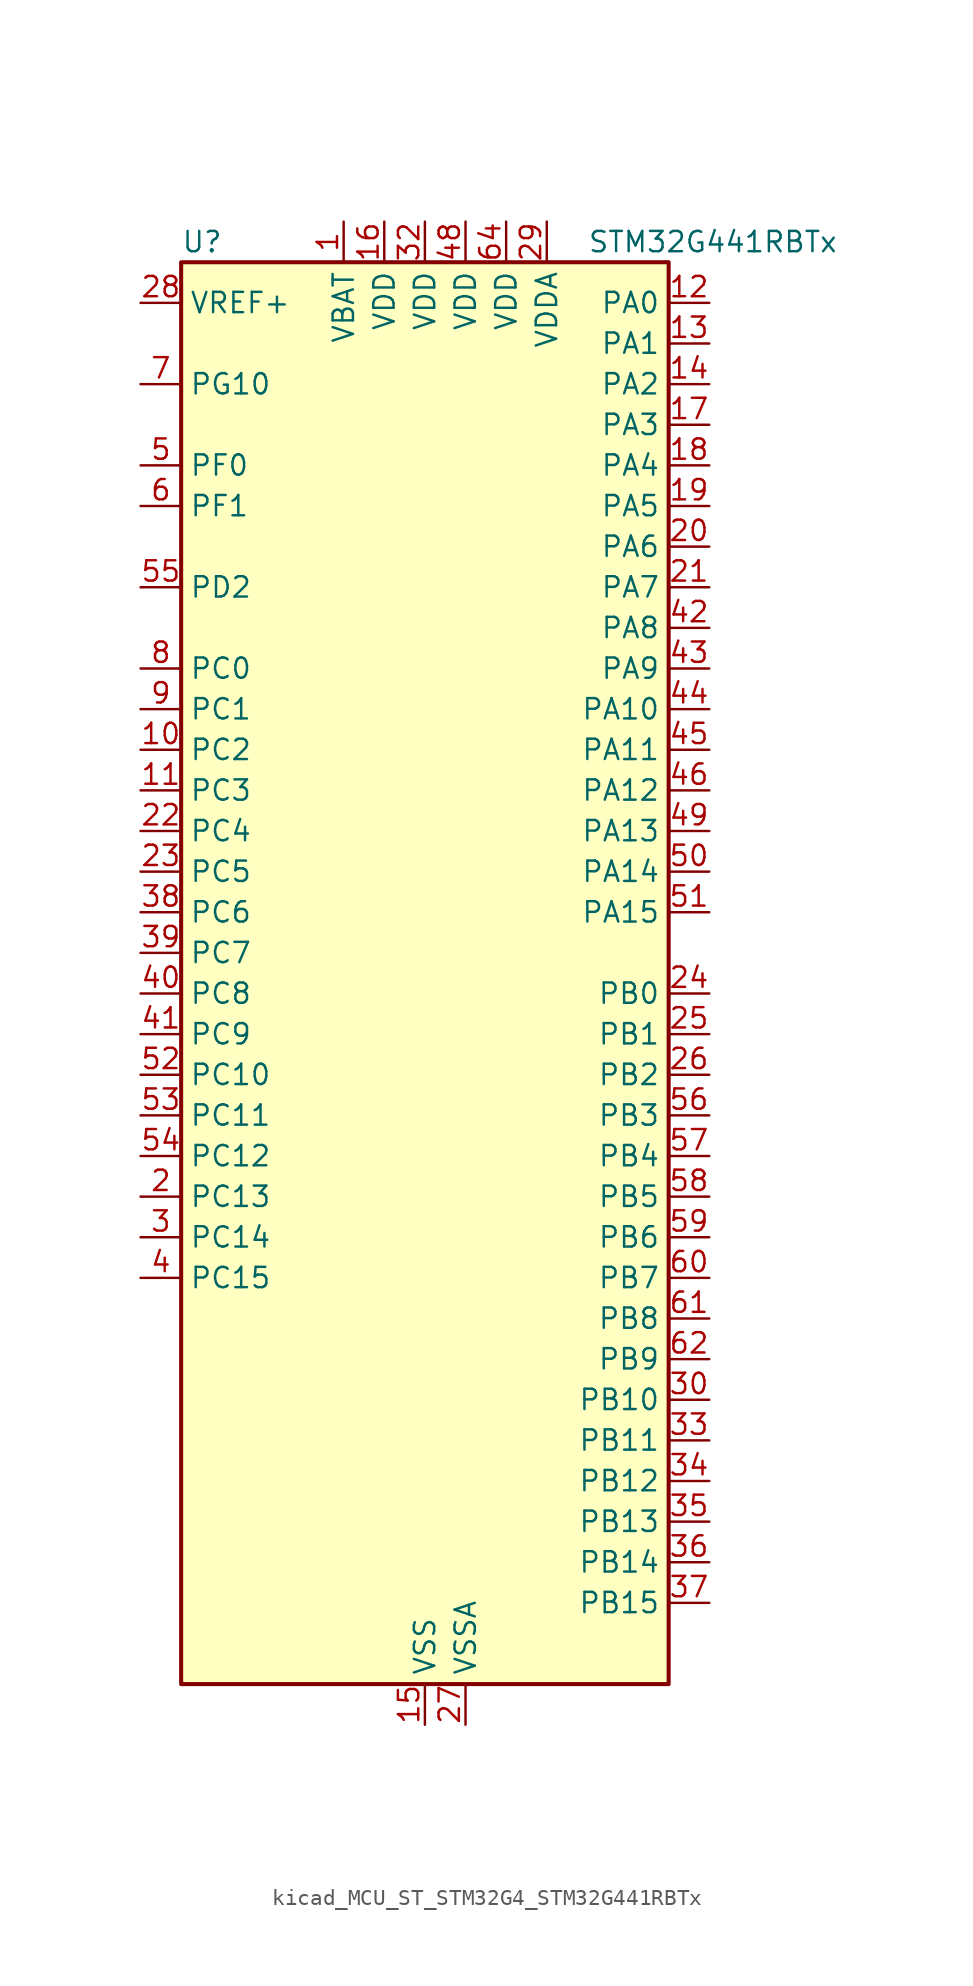
<source format=kicad_sym>
(kicad_symbol_lib
  (version 20220914)
  (generator kicad_symbol_editor)
  (symbol "kicad_MCU_ST_STM32G4_STM32G441RBTx"
    (property "Reference" "U"
      (at -15.24 46.99 0)
      (effects (font (size 1.27 1.27)) (justify left)))
    (property "Value" "STM32G441RBTx"
      (at 10.16 46.99 0)
      (effects (font (size 1.27 1.27)) (justify left)))
    (property "ki_locked" ""
      (at 0 0 0)
      (effects (font (size 1.27 1.27))))
    (symbol "kicad_MCU_ST_STM32G4_STM32G441RBTx_0_1"
      (rectangle (start -15.24 -43.18) (end 15.24 45.72) (stroke (width 0.254) (type default)) (fill (type background))))
    (symbol "kicad_MCU_ST_STM32G4_STM32G441RBTx_1_1"
      (pin power_in line (at -5.08 48.26 270) (length 2.54) (name "VBAT" (effects (font (size 1.27 1.27)))) (number "1" (effects (font (size 1.27 1.27)))))
      (pin bidirectional line (at -17.78 15.24 0) (length 2.54) (name "PC2" (effects (font (size 1.27 1.27)))) (number "10" (effects (font (size 1.27 1.27)))) (alternate "ADC1_IN8" bidirectional line) (alternate "ADC2_IN8" bidirectional line) (alternate "COMP3_OUT" bidirectional line) (alternate "LPTIM1_IN2" bidirectional line) (alternate "TIM1_CH3" bidirectional line))
      (pin bidirectional line (at -17.78 12.7 0) (length 2.54) (name "PC3" (effects (font (size 1.27 1.27)))) (number "11" (effects (font (size 1.27 1.27)))) (alternate "ADC1_IN9" bidirectional line) (alternate "ADC2_IN9" bidirectional line) (alternate "LPTIM1_ETR" bidirectional line) (alternate "SAI1_D1" bidirectional line) (alternate "SAI1_SD_A" bidirectional line) (alternate "TIM1_BKIN2" bidirectional line) (alternate "TIM1_CH4" bidirectional line))
      (pin bidirectional line (at 17.78 43.18 180) (length 2.54) (name "PA0" (effects (font (size 1.27 1.27)))) (number "12" (effects (font (size 1.27 1.27)))) (alternate "ADC1_IN1" bidirectional line) (alternate "ADC2_IN1" bidirectional line) (alternate "COMP1_INM" bidirectional line) (alternate "COMP1_OUT" bidirectional line) (alternate "COMP3_INP" bidirectional line) (alternate "RTC_TAMP2" bidirectional line) (alternate "SYS_WKUP1" bidirectional line) (alternate "TIM2_CH1" bidirectional line) (alternate "TIM2_ETR" bidirectional line) (alternate "TIM8_BKIN" bidirectional line) (alternate "TIM8_ETR" bidirectional line) (alternate "USART2_CTS" bidirectional line) (alternate "USART2_NSS" bidirectional line))
      (pin bidirectional line (at 17.78 40.64 180) (length 2.54) (name "PA1" (effects (font (size 1.27 1.27)))) (number "13" (effects (font (size 1.27 1.27)))) (alternate "ADC1_IN2" bidirectional line) (alternate "ADC2_IN2" bidirectional line) (alternate "COMP1_INP" bidirectional line) (alternate "OPAMP1_VINP" bidirectional line) (alternate "OPAMP1_VINP_SEC" bidirectional line) (alternate "OPAMP3_VINP" bidirectional line) (alternate "OPAMP3_VINP_SEC" bidirectional line) (alternate "RTC_REFIN" bidirectional line) (alternate "TIM15_CH1N" bidirectional line) (alternate "TIM2_CH2" bidirectional line) (alternate "USART2_DE" bidirectional line) (alternate "USART2_RTS" bidirectional line))
      (pin bidirectional line (at 17.78 38.1 180) (length 2.54) (name "PA2" (effects (font (size 1.27 1.27)))) (number "14" (effects (font (size 1.27 1.27)))) (alternate "ADC1_IN3" bidirectional line) (alternate "COMP2_INM" bidirectional line) (alternate "COMP2_OUT" bidirectional line) (alternate "LPUART1_TX" bidirectional line) (alternate "OPAMP1_VOUT" bidirectional line) (alternate "RCC_LSCO" bidirectional line) (alternate "SYS_WKUP4" bidirectional line) (alternate "TIM15_CH1" bidirectional line) (alternate "TIM2_CH3" bidirectional line) (alternate "UCPD1_FRSTX1" bidirectional line) (alternate "UCPD1_FRSTX2" bidirectional line) (alternate "USART2_TX" bidirectional line))
      (pin power_in line (at 0 -45.72 90) (length 2.54) (name "VSS" (effects (font (size 1.27 1.27)))) (number "15" (effects (font (size 1.27 1.27)))))
      (pin power_in line (at -2.54 48.26 270) (length 2.54) (name "VDD" (effects (font (size 1.27 1.27)))) (number "16" (effects (font (size 1.27 1.27)))))
      (pin bidirectional line (at 17.78 35.56 180) (length 2.54) (name "PA3" (effects (font (size 1.27 1.27)))) (number "17" (effects (font (size 1.27 1.27)))) (alternate "ADC1_IN4" bidirectional line) (alternate "COMP2_INP" bidirectional line) (alternate "LPUART1_RX" bidirectional line) (alternate "OPAMP1_VINM" bidirectional line) (alternate "OPAMP1_VINM0" bidirectional line) (alternate "OPAMP1_VINM_SEC" bidirectional line) (alternate "OPAMP1_VINP" bidirectional line) (alternate "OPAMP1_VINP_SEC" bidirectional line) (alternate "SAI1_CK1" bidirectional line) (alternate "SAI1_MCLK_A" bidirectional line) (alternate "TIM15_CH2" bidirectional line) (alternate "TIM2_CH4" bidirectional line) (alternate "USART2_RX" bidirectional line))
      (pin bidirectional line (at 17.78 33.02 180) (length 2.54) (name "PA4" (effects (font (size 1.27 1.27)))) (number "18" (effects (font (size 1.27 1.27)))) (alternate "ADC2_IN17" bidirectional line) (alternate "COMP1_INM" bidirectional line) (alternate "DAC1_OUT1" bidirectional line) (alternate "I2S3_WS" bidirectional line) (alternate "SAI1_FS_B" bidirectional line) (alternate "SPI1_NSS" bidirectional line) (alternate "SPI3_NSS" bidirectional line) (alternate "TIM3_CH2" bidirectional line) (alternate "USART2_CK" bidirectional line))
      (pin bidirectional line (at 17.78 30.48 180) (length 2.54) (name "PA5" (effects (font (size 1.27 1.27)))) (number "19" (effects (font (size 1.27 1.27)))) (alternate "ADC2_IN13" bidirectional line) (alternate "COMP2_INM" bidirectional line) (alternate "DAC1_OUT2" bidirectional line) (alternate "OPAMP2_VINM" bidirectional line) (alternate "OPAMP2_VINM0" bidirectional line) (alternate "OPAMP2_VINM_SEC" bidirectional line) (alternate "SPI1_SCK" bidirectional line) (alternate "TIM2_CH1" bidirectional line) (alternate "TIM2_ETR" bidirectional line) (alternate "UCPD1_FRSTX1" bidirectional line) (alternate "UCPD1_FRSTX2" bidirectional line))
      (pin bidirectional line (at -17.78 -12.7 0) (length 2.54) (name "PC13" (effects (font (size 1.27 1.27)))) (number "2" (effects (font (size 1.27 1.27)))) (alternate "RTC_OUT1" bidirectional line) (alternate "RTC_TAMP1" bidirectional line) (alternate "RTC_TS" bidirectional line) (alternate "SYS_WKUP2" bidirectional line) (alternate "TIM1_BKIN" bidirectional line) (alternate "TIM1_CH1N" bidirectional line) (alternate "TIM8_CH4N" bidirectional line))
      (pin bidirectional line (at 17.78 27.94 180) (length 2.54) (name "PA6" (effects (font (size 1.27 1.27)))) (number "20" (effects (font (size 1.27 1.27)))) (alternate "ADC2_IN3" bidirectional line) (alternate "COMP1_OUT" bidirectional line) (alternate "LPUART1_CTS" bidirectional line) (alternate "OPAMP2_VOUT" bidirectional line) (alternate "SPI1_MISO" bidirectional line) (alternate "TIM16_CH1" bidirectional line) (alternate "TIM1_BKIN" bidirectional line) (alternate "TIM3_CH1" bidirectional line) (alternate "TIM8_BKIN" bidirectional line))
      (pin bidirectional line (at 17.78 25.4 180) (length 2.54) (name "PA7" (effects (font (size 1.27 1.27)))) (number "21" (effects (font (size 1.27 1.27)))) (alternate "ADC2_IN4" bidirectional line) (alternate "COMP2_INP" bidirectional line) (alternate "COMP2_OUT" bidirectional line) (alternate "OPAMP1_VINP" bidirectional line) (alternate "OPAMP1_VINP_SEC" bidirectional line) (alternate "OPAMP2_VINP" bidirectional line) (alternate "OPAMP2_VINP_SEC" bidirectional line) (alternate "SPI1_MOSI" bidirectional line) (alternate "TIM17_CH1" bidirectional line) (alternate "TIM1_CH1N" bidirectional line) (alternate "TIM3_CH2" bidirectional line) (alternate "TIM8_CH1N" bidirectional line) (alternate "UCPD1_FRSTX1" bidirectional line) (alternate "UCPD1_FRSTX2" bidirectional line))
      (pin bidirectional line (at -17.78 10.16 0) (length 2.54) (name "PC4" (effects (font (size 1.27 1.27)))) (number "22" (effects (font (size 1.27 1.27)))) (alternate "ADC2_IN5" bidirectional line) (alternate "I2C2_SCL" bidirectional line) (alternate "TIM1_ETR" bidirectional line) (alternate "USART1_TX" bidirectional line))
      (pin bidirectional line (at -17.78 7.62 0) (length 2.54) (name "PC5" (effects (font (size 1.27 1.27)))) (number "23" (effects (font (size 1.27 1.27)))) (alternate "ADC2_IN11" bidirectional line) (alternate "OPAMP1_VINM" bidirectional line) (alternate "OPAMP1_VINM1" bidirectional line) (alternate "OPAMP1_VINM_SEC" bidirectional line) (alternate "OPAMP2_VINM" bidirectional line) (alternate "OPAMP2_VINM1" bidirectional line) (alternate "OPAMP2_VINM_SEC" bidirectional line) (alternate "SAI1_D3" bidirectional line) (alternate "SYS_WKUP5" bidirectional line) (alternate "TIM15_BKIN" bidirectional line) (alternate "TIM1_CH4N" bidirectional line) (alternate "USART1_RX" bidirectional line))
      (pin bidirectional line (at 17.78 0 180) (length 2.54) (name "PB0" (effects (font (size 1.27 1.27)))) (number "24" (effects (font (size 1.27 1.27)))) (alternate "ADC1_IN15" bidirectional line) (alternate "COMP4_INP" bidirectional line) (alternate "OPAMP2_VINP" bidirectional line) (alternate "OPAMP2_VINP_SEC" bidirectional line) (alternate "OPAMP3_VINP" bidirectional line) (alternate "OPAMP3_VINP_SEC" bidirectional line) (alternate "TIM1_CH2N" bidirectional line) (alternate "TIM3_CH3" bidirectional line) (alternate "TIM8_CH2N" bidirectional line) (alternate "UCPD1_FRSTX1" bidirectional line) (alternate "UCPD1_FRSTX2" bidirectional line))
      (pin bidirectional line (at 17.78 -2.54 180) (length 2.54) (name "PB1" (effects (font (size 1.27 1.27)))) (number "25" (effects (font (size 1.27 1.27)))) (alternate "ADC1_IN12" bidirectional line) (alternate "COMP1_INP" bidirectional line) (alternate "COMP4_OUT" bidirectional line) (alternate "LPUART1_DE" bidirectional line) (alternate "LPUART1_RTS" bidirectional line) (alternate "OPAMP3_VOUT" bidirectional line) (alternate "TIM1_CH3N" bidirectional line) (alternate "TIM3_CH4" bidirectional line) (alternate "TIM8_CH3N" bidirectional line))
      (pin bidirectional line (at 17.78 -5.08 180) (length 2.54) (name "PB2" (effects (font (size 1.27 1.27)))) (number "26" (effects (font (size 1.27 1.27)))) (alternate "ADC2_IN12" bidirectional line) (alternate "COMP4_INM" bidirectional line) (alternate "I2C3_SMBA" bidirectional line) (alternate "LPTIM1_OUT" bidirectional line) (alternate "OPAMP3_VINM" bidirectional line) (alternate "OPAMP3_VINM0" bidirectional line) (alternate "OPAMP3_VINM_SEC" bidirectional line) (alternate "RTC_OUT2" bidirectional line))
      (pin power_in line (at 2.54 -45.72 90) (length 2.54) (name "VSSA" (effects (font (size 1.27 1.27)))) (number "27" (effects (font (size 1.27 1.27)))))
      (pin input line (at -17.78 43.18 0) (length 2.54) (name "VREF+" (effects (font (size 1.27 1.27)))) (number "28" (effects (font (size 1.27 1.27)))) (alternate "VREFBUF_OUT" bidirectional line))
      (pin power_in line (at 7.62 48.26 270) (length 2.54) (name "VDDA" (effects (font (size 1.27 1.27)))) (number "29" (effects (font (size 1.27 1.27)))))
      (pin bidirectional line (at -17.78 -15.24 0) (length 2.54) (name "PC14" (effects (font (size 1.27 1.27)))) (number "3" (effects (font (size 1.27 1.27)))) (alternate "RCC_OSC32_IN" bidirectional line))
      (pin bidirectional line (at 17.78 -25.4 180) (length 2.54) (name "PB10" (effects (font (size 1.27 1.27)))) (number "30" (effects (font (size 1.27 1.27)))) (alternate "DAC1_EXTI10" bidirectional line) (alternate "DAC3_EXTI10" bidirectional line) (alternate "LPUART1_RX" bidirectional line) (alternate "OPAMP3_VINM" bidirectional line) (alternate "OPAMP3_VINM1" bidirectional line) (alternate "OPAMP3_VINM_SEC" bidirectional line) (alternate "SAI1_SCK_A" bidirectional line) (alternate "TIM1_BKIN" bidirectional line) (alternate "TIM2_CH3" bidirectional line) (alternate "USART3_TX" bidirectional line))
      (pin passive line (at 0 -45.72 90) (length 2.54) hide (name "VSS" (effects (font (size 1.27 1.27)))) (number "31" (effects (font (size 1.27 1.27)))))
      (pin power_in line (at 0 48.26 270) (length 2.54) (name "VDD" (effects (font (size 1.27 1.27)))) (number "32" (effects (font (size 1.27 1.27)))))
      (pin bidirectional line (at 17.78 -27.94 180) (length 2.54) (name "PB11" (effects (font (size 1.27 1.27)))) (number "33" (effects (font (size 1.27 1.27)))) (alternate "ADC1_EXTI11" bidirectional line) (alternate "ADC1_IN14" bidirectional line) (alternate "ADC2_EXTI11" bidirectional line) (alternate "ADC2_IN14" bidirectional line) (alternate "LPUART1_TX" bidirectional line) (alternate "TIM2_CH4" bidirectional line) (alternate "USART3_RX" bidirectional line))
      (pin bidirectional line (at 17.78 -30.48 180) (length 2.54) (name "PB12" (effects (font (size 1.27 1.27)))) (number "34" (effects (font (size 1.27 1.27)))) (alternate "ADC1_IN11" bidirectional line) (alternate "I2C2_SMBA" bidirectional line) (alternate "I2S2_WS" bidirectional line) (alternate "LPUART1_DE" bidirectional line) (alternate "LPUART1_RTS" bidirectional line) (alternate "SPI2_NSS" bidirectional line) (alternate "TIM1_BKIN" bidirectional line) (alternate "USART3_CK" bidirectional line))
      (pin bidirectional line (at 17.78 -33.02 180) (length 2.54) (name "PB13" (effects (font (size 1.27 1.27)))) (number "35" (effects (font (size 1.27 1.27)))) (alternate "I2S2_CK" bidirectional line) (alternate "LPUART1_CTS" bidirectional line) (alternate "OPAMP3_VINP" bidirectional line) (alternate "OPAMP3_VINP_SEC" bidirectional line) (alternate "SPI2_SCK" bidirectional line) (alternate "TIM1_CH1N" bidirectional line) (alternate "USART3_CTS" bidirectional line) (alternate "USART3_NSS" bidirectional line))
      (pin bidirectional line (at 17.78 -35.56 180) (length 2.54) (name "PB14" (effects (font (size 1.27 1.27)))) (number "36" (effects (font (size 1.27 1.27)))) (alternate "ADC1_IN5" bidirectional line) (alternate "COMP4_OUT" bidirectional line) (alternate "OPAMP2_VINP" bidirectional line) (alternate "OPAMP2_VINP_SEC" bidirectional line) (alternate "SPI2_MISO" bidirectional line) (alternate "TIM15_CH1" bidirectional line) (alternate "TIM1_CH2N" bidirectional line) (alternate "USART3_DE" bidirectional line) (alternate "USART3_RTS" bidirectional line))
      (pin bidirectional line (at 17.78 -38.1 180) (length 2.54) (name "PB15" (effects (font (size 1.27 1.27)))) (number "37" (effects (font (size 1.27 1.27)))) (alternate "ADC1_EXTI15" bidirectional line) (alternate "ADC2_EXTI15" bidirectional line) (alternate "ADC2_IN15" bidirectional line) (alternate "COMP3_OUT" bidirectional line) (alternate "I2S2_SD" bidirectional line) (alternate "RTC_REFIN" bidirectional line) (alternate "SPI2_MOSI" bidirectional line) (alternate "TIM15_CH1N" bidirectional line) (alternate "TIM15_CH2" bidirectional line) (alternate "TIM1_CH3N" bidirectional line))
      (pin bidirectional line (at -17.78 5.08 0) (length 2.54) (name "PC6" (effects (font (size 1.27 1.27)))) (number "38" (effects (font (size 1.27 1.27)))) (alternate "I2S2_MCK" bidirectional line) (alternate "TIM3_CH1" bidirectional line) (alternate "TIM8_CH1" bidirectional line))
      (pin bidirectional line (at -17.78 2.54 0) (length 2.54) (name "PC7" (effects (font (size 1.27 1.27)))) (number "39" (effects (font (size 1.27 1.27)))) (alternate "I2S3_MCK" bidirectional line) (alternate "TIM3_CH2" bidirectional line) (alternate "TIM8_CH2" bidirectional line))
      (pin bidirectional line (at -17.78 -17.78 0) (length 2.54) (name "PC15" (effects (font (size 1.27 1.27)))) (number "4" (effects (font (size 1.27 1.27)))) (alternate "ADC1_EXTI15" bidirectional line) (alternate "ADC2_EXTI15" bidirectional line) (alternate "RCC_OSC32_OUT" bidirectional line))
      (pin bidirectional line (at -17.78 0 0) (length 2.54) (name "PC8" (effects (font (size 1.27 1.27)))) (number "40" (effects (font (size 1.27 1.27)))) (alternate "I2C3_SCL" bidirectional line) (alternate "TIM3_CH3" bidirectional line) (alternate "TIM8_CH3" bidirectional line))
      (pin bidirectional line (at -17.78 -2.54 0) (length 2.54) (name "PC9" (effects (font (size 1.27 1.27)))) (number "41" (effects (font (size 1.27 1.27)))) (alternate "DAC1_EXTI9" bidirectional line) (alternate "DAC3_EXTI9" bidirectional line) (alternate "I2C3_SDA" bidirectional line) (alternate "I2S_CKIN" bidirectional line) (alternate "TIM3_CH4" bidirectional line) (alternate "TIM8_BKIN2" bidirectional line) (alternate "TIM8_CH4" bidirectional line))
      (pin bidirectional line (at 17.78 22.86 180) (length 2.54) (name "PA8" (effects (font (size 1.27 1.27)))) (number "42" (effects (font (size 1.27 1.27)))) (alternate "I2C2_SDA" bidirectional line) (alternate "I2C3_SCL" bidirectional line) (alternate "I2S2_MCK" bidirectional line) (alternate "RCC_MCO" bidirectional line) (alternate "SAI1_CK2" bidirectional line) (alternate "SAI1_SCK_A" bidirectional line) (alternate "TIM1_CH1" bidirectional line) (alternate "TIM4_ETR" bidirectional line) (alternate "USART1_CK" bidirectional line))
      (pin bidirectional line (at 17.78 20.32 180) (length 2.54) (name "PA9" (effects (font (size 1.27 1.27)))) (number "43" (effects (font (size 1.27 1.27)))) (alternate "DAC1_EXTI9" bidirectional line) (alternate "DAC3_EXTI9" bidirectional line) (alternate "I2C2_SCL" bidirectional line) (alternate "I2C3_SMBA" bidirectional line) (alternate "I2S3_MCK" bidirectional line) (alternate "SAI1_FS_A" bidirectional line) (alternate "TIM15_BKIN" bidirectional line) (alternate "TIM1_CH2" bidirectional line) (alternate "TIM2_CH3" bidirectional line) (alternate "UCPD1_DBCC1" bidirectional line) (alternate "USART1_TX" bidirectional line))
      (pin bidirectional line (at 17.78 17.78 180) (length 2.54) (name "PA10" (effects (font (size 1.27 1.27)))) (number "44" (effects (font (size 1.27 1.27)))) (alternate "CRS_SYNC" bidirectional line) (alternate "DAC1_EXTI10" bidirectional line) (alternate "DAC3_EXTI10" bidirectional line) (alternate "I2C2_SMBA" bidirectional line) (alternate "SAI1_D1" bidirectional line) (alternate "SAI1_SD_A" bidirectional line) (alternate "SPI2_MISO" bidirectional line) (alternate "TIM17_BKIN" bidirectional line) (alternate "TIM1_CH3" bidirectional line) (alternate "TIM2_CH4" bidirectional line) (alternate "TIM8_BKIN" bidirectional line) (alternate "UCPD1_DBCC2" bidirectional line) (alternate "USART1_RX" bidirectional line))
      (pin bidirectional line (at 17.78 15.24 180) (length 2.54) (name "PA11" (effects (font (size 1.27 1.27)))) (number "45" (effects (font (size 1.27 1.27)))) (alternate "ADC1_EXTI11" bidirectional line) (alternate "ADC2_EXTI11" bidirectional line) (alternate "COMP1_OUT" bidirectional line) (alternate "FDCAN1_RX" bidirectional line) (alternate "I2S2_SD" bidirectional line) (alternate "SPI2_MOSI" bidirectional line) (alternate "TIM1_BKIN2" bidirectional line) (alternate "TIM1_CH1N" bidirectional line) (alternate "TIM1_CH4" bidirectional line) (alternate "TIM4_CH1" bidirectional line) (alternate "USART1_CTS" bidirectional line) (alternate "USART1_NSS" bidirectional line) (alternate "USB_DM" bidirectional line))
      (pin bidirectional line (at 17.78 12.7 180) (length 2.54) (name "PA12" (effects (font (size 1.27 1.27)))) (number "46" (effects (font (size 1.27 1.27)))) (alternate "COMP2_OUT" bidirectional line) (alternate "FDCAN1_TX" bidirectional line) (alternate "I2S_CKIN" bidirectional line) (alternate "TIM16_CH1" bidirectional line) (alternate "TIM1_CH2N" bidirectional line) (alternate "TIM1_ETR" bidirectional line) (alternate "TIM4_CH2" bidirectional line) (alternate "USART1_DE" bidirectional line) (alternate "USART1_RTS" bidirectional line) (alternate "USB_DP" bidirectional line))
      (pin passive line (at 0 -45.72 90) (length 2.54) hide (name "VSS" (effects (font (size 1.27 1.27)))) (number "47" (effects (font (size 1.27 1.27)))))
      (pin power_in line (at 2.54 48.26 270) (length 2.54) (name "VDD" (effects (font (size 1.27 1.27)))) (number "48" (effects (font (size 1.27 1.27)))))
      (pin bidirectional line (at 17.78 10.16 180) (length 2.54) (name "PA13" (effects (font (size 1.27 1.27)))) (number "49" (effects (font (size 1.27 1.27)))) (alternate "I2C1_SCL" bidirectional line) (alternate "IR_OUT" bidirectional line) (alternate "SAI1_SD_B" bidirectional line) (alternate "SYS_JTMS-SWDIO" bidirectional line) (alternate "TIM16_CH1N" bidirectional line) (alternate "TIM4_CH3" bidirectional line) (alternate "USART3_CTS" bidirectional line) (alternate "USART3_NSS" bidirectional line))
      (pin bidirectional line (at -17.78 33.02 0) (length 2.54) (name "PF0" (effects (font (size 1.27 1.27)))) (number "5" (effects (font (size 1.27 1.27)))) (alternate "ADC1_IN10" bidirectional line) (alternate "I2C2_SDA" bidirectional line) (alternate "I2S2_WS" bidirectional line) (alternate "RCC_OSC_IN" bidirectional line) (alternate "SPI2_NSS" bidirectional line) (alternate "TIM1_CH3N" bidirectional line))
      (pin bidirectional line (at 17.78 7.62 180) (length 2.54) (name "PA14" (effects (font (size 1.27 1.27)))) (number "50" (effects (font (size 1.27 1.27)))) (alternate "I2C1_SDA" bidirectional line) (alternate "LPTIM1_OUT" bidirectional line) (alternate "SAI1_FS_B" bidirectional line) (alternate "SYS_JTCK-SWCLK" bidirectional line) (alternate "TIM1_BKIN" bidirectional line) (alternate "TIM8_CH2" bidirectional line) (alternate "USART2_TX" bidirectional line))
      (pin bidirectional line (at 17.78 5.08 180) (length 2.54) (name "PA15" (effects (font (size 1.27 1.27)))) (number "51" (effects (font (size 1.27 1.27)))) (alternate "ADC1_EXTI15" bidirectional line) (alternate "ADC2_EXTI15" bidirectional line) (alternate "I2C1_SCL" bidirectional line) (alternate "I2S3_WS" bidirectional line) (alternate "SPI1_NSS" bidirectional line) (alternate "SPI3_NSS" bidirectional line) (alternate "SYS_JTDI" bidirectional line) (alternate "TIM1_BKIN" bidirectional line) (alternate "TIM2_CH1" bidirectional line) (alternate "TIM2_ETR" bidirectional line) (alternate "TIM8_CH1" bidirectional line) (alternate "UART4_DE" bidirectional line) (alternate "UART4_RTS" bidirectional line) (alternate "USART2_RX" bidirectional line))
      (pin bidirectional line (at -17.78 -5.08 0) (length 2.54) (name "PC10" (effects (font (size 1.27 1.27)))) (number "52" (effects (font (size 1.27 1.27)))) (alternate "DAC1_EXTI10" bidirectional line) (alternate "DAC3_EXTI10" bidirectional line) (alternate "I2S3_CK" bidirectional line) (alternate "SPI3_SCK" bidirectional line) (alternate "TIM8_CH1N" bidirectional line) (alternate "UART4_TX" bidirectional line) (alternate "USART3_TX" bidirectional line))
      (pin bidirectional line (at -17.78 -7.62 0) (length 2.54) (name "PC11" (effects (font (size 1.27 1.27)))) (number "53" (effects (font (size 1.27 1.27)))) (alternate "ADC1_EXTI11" bidirectional line) (alternate "ADC2_EXTI11" bidirectional line) (alternate "I2C3_SDA" bidirectional line) (alternate "SPI3_MISO" bidirectional line) (alternate "TIM8_CH2N" bidirectional line) (alternate "UART4_RX" bidirectional line) (alternate "USART3_RX" bidirectional line))
      (pin bidirectional line (at -17.78 -10.16 0) (length 2.54) (name "PC12" (effects (font (size 1.27 1.27)))) (number "54" (effects (font (size 1.27 1.27)))) (alternate "I2S3_SD" bidirectional line) (alternate "SPI3_MOSI" bidirectional line) (alternate "TIM8_CH3N" bidirectional line) (alternate "UCPD1_FRSTX1" bidirectional line) (alternate "UCPD1_FRSTX2" bidirectional line) (alternate "USART3_CK" bidirectional line))
      (pin bidirectional line (at -17.78 25.4 0) (length 2.54) (name "PD2" (effects (font (size 1.27 1.27)))) (number "55" (effects (font (size 1.27 1.27)))) (alternate "TIM3_ETR" bidirectional line) (alternate "TIM8_BKIN" bidirectional line))
      (pin bidirectional line (at 17.78 -7.62 180) (length 2.54) (name "PB3" (effects (font (size 1.27 1.27)))) (number "56" (effects (font (size 1.27 1.27)))) (alternate "CRS_SYNC" bidirectional line) (alternate "I2S3_CK" bidirectional line) (alternate "SAI1_SCK_B" bidirectional line) (alternate "SPI1_SCK" bidirectional line) (alternate "SPI3_SCK" bidirectional line) (alternate "SYS_JTDO-SWO" bidirectional line) (alternate "TIM2_CH2" bidirectional line) (alternate "TIM3_ETR" bidirectional line) (alternate "TIM4_ETR" bidirectional line) (alternate "TIM8_CH1N" bidirectional line) (alternate "USART2_TX" bidirectional line))
      (pin bidirectional line (at 17.78 -10.16 180) (length 2.54) (name "PB4" (effects (font (size 1.27 1.27)))) (number "57" (effects (font (size 1.27 1.27)))) (alternate "SAI1_MCLK_B" bidirectional line) (alternate "SPI1_MISO" bidirectional line) (alternate "SPI3_MISO" bidirectional line) (alternate "SYS_JTRST" bidirectional line) (alternate "TIM16_CH1" bidirectional line) (alternate "TIM17_BKIN" bidirectional line) (alternate "TIM3_CH1" bidirectional line) (alternate "TIM8_CH2N" bidirectional line) (alternate "UCPD1_CC2" bidirectional line) (alternate "USART2_RX" bidirectional line))
      (pin bidirectional line (at 17.78 -12.7 180) (length 2.54) (name "PB5" (effects (font (size 1.27 1.27)))) (number "58" (effects (font (size 1.27 1.27)))) (alternate "I2C1_SMBA" bidirectional line) (alternate "I2C3_SDA" bidirectional line) (alternate "I2S3_SD" bidirectional line) (alternate "LPTIM1_IN1" bidirectional line) (alternate "SAI1_SD_B" bidirectional line) (alternate "SPI1_MOSI" bidirectional line) (alternate "SPI3_MOSI" bidirectional line) (alternate "TIM16_BKIN" bidirectional line) (alternate "TIM17_CH1" bidirectional line) (alternate "TIM3_CH2" bidirectional line) (alternate "TIM8_CH3N" bidirectional line) (alternate "USART2_CK" bidirectional line))
      (pin bidirectional line (at 17.78 -15.24 180) (length 2.54) (name "PB6" (effects (font (size 1.27 1.27)))) (number "59" (effects (font (size 1.27 1.27)))) (alternate "COMP4_OUT" bidirectional line) (alternate "LPTIM1_ETR" bidirectional line) (alternate "SAI1_FS_B" bidirectional line) (alternate "TIM16_CH1N" bidirectional line) (alternate "TIM4_CH1" bidirectional line) (alternate "TIM8_BKIN2" bidirectional line) (alternate "TIM8_CH1" bidirectional line) (alternate "TIM8_ETR" bidirectional line) (alternate "UCPD1_CC1" bidirectional line) (alternate "USART1_TX" bidirectional line))
      (pin bidirectional line (at -17.78 30.48 0) (length 2.54) (name "PF1" (effects (font (size 1.27 1.27)))) (number "6" (effects (font (size 1.27 1.27)))) (alternate "ADC2_IN10" bidirectional line) (alternate "COMP3_INM" bidirectional line) (alternate "I2S2_CK" bidirectional line) (alternate "RCC_OSC_OUT" bidirectional line) (alternate "SPI2_SCK" bidirectional line))
      (pin bidirectional line (at 17.78 -17.78 180) (length 2.54) (name "PB7" (effects (font (size 1.27 1.27)))) (number "60" (effects (font (size 1.27 1.27)))) (alternate "COMP3_OUT" bidirectional line) (alternate "I2C1_SDA" bidirectional line) (alternate "LPTIM1_IN2" bidirectional line) (alternate "SYS_PVD_IN" bidirectional line) (alternate "TIM17_CH1N" bidirectional line) (alternate "TIM3_CH4" bidirectional line) (alternate "TIM4_CH2" bidirectional line) (alternate "TIM8_BKIN" bidirectional line) (alternate "UART4_CTS" bidirectional line) (alternate "USART1_RX" bidirectional line))
      (pin bidirectional line (at 17.78 -20.32 180) (length 2.54) (name "PB8" (effects (font (size 1.27 1.27)))) (number "61" (effects (font (size 1.27 1.27)))) (alternate "COMP1_OUT" bidirectional line) (alternate "FDCAN1_RX" bidirectional line) (alternate "I2C1_SCL" bidirectional line) (alternate "SAI1_CK1" bidirectional line) (alternate "SAI1_MCLK_A" bidirectional line) (alternate "TIM16_CH1" bidirectional line) (alternate "TIM1_BKIN" bidirectional line) (alternate "TIM4_CH3" bidirectional line) (alternate "TIM8_CH2" bidirectional line) (alternate "USART3_RX" bidirectional line))
      (pin bidirectional line (at 17.78 -22.86 180) (length 2.54) (name "PB9" (effects (font (size 1.27 1.27)))) (number "62" (effects (font (size 1.27 1.27)))) (alternate "COMP2_OUT" bidirectional line) (alternate "DAC1_EXTI9" bidirectional line) (alternate "DAC3_EXTI9" bidirectional line) (alternate "FDCAN1_TX" bidirectional line) (alternate "I2C1_SDA" bidirectional line) (alternate "IR_OUT" bidirectional line) (alternate "SAI1_D2" bidirectional line) (alternate "SAI1_FS_A" bidirectional line) (alternate "TIM17_CH1" bidirectional line) (alternate "TIM1_CH3N" bidirectional line) (alternate "TIM4_CH4" bidirectional line) (alternate "TIM8_CH3" bidirectional line) (alternate "USART3_TX" bidirectional line))
      (pin passive line (at 0 -45.72 90) (length 2.54) hide (name "VSS" (effects (font (size 1.27 1.27)))) (number "63" (effects (font (size 1.27 1.27)))))
      (pin power_in line (at 5.08 48.26 270) (length 2.54) (name "VDD" (effects (font (size 1.27 1.27)))) (number "64" (effects (font (size 1.27 1.27)))))
      (pin bidirectional line (at -17.78 38.1 0) (length 2.54) (name "PG10" (effects (font (size 1.27 1.27)))) (number "7" (effects (font (size 1.27 1.27)))) (alternate "DAC1_EXTI10" bidirectional line) (alternate "DAC3_EXTI10" bidirectional line) (alternate "RCC_MCO" bidirectional line))
      (pin bidirectional line (at -17.78 20.32 0) (length 2.54) (name "PC0" (effects (font (size 1.27 1.27)))) (number "8" (effects (font (size 1.27 1.27)))) (alternate "ADC1_IN6" bidirectional line) (alternate "ADC2_IN6" bidirectional line) (alternate "COMP3_INM" bidirectional line) (alternate "LPTIM1_IN1" bidirectional line) (alternate "LPUART1_RX" bidirectional line) (alternate "TIM1_CH1" bidirectional line))
      (pin bidirectional line (at -17.78 17.78 0) (length 2.54) (name "PC1" (effects (font (size 1.27 1.27)))) (number "9" (effects (font (size 1.27 1.27)))) (alternate "ADC1_IN7" bidirectional line) (alternate "ADC2_IN7" bidirectional line) (alternate "COMP3_INP" bidirectional line) (alternate "LPTIM1_OUT" bidirectional line) (alternate "LPUART1_TX" bidirectional line) (alternate "SAI1_SD_A" bidirectional line) (alternate "TIM1_CH2" bidirectional line)))))
</source>
